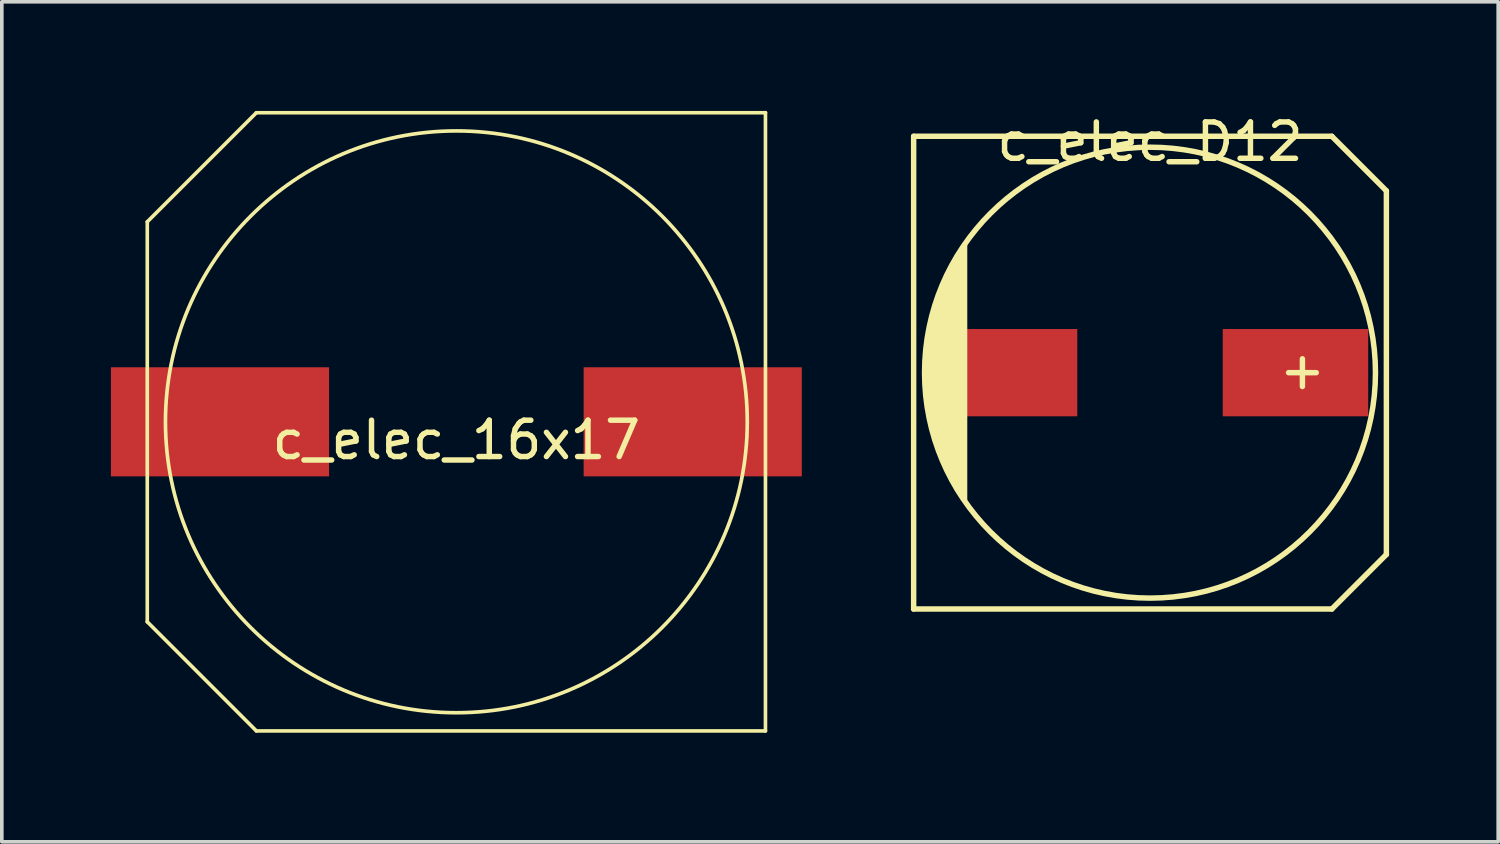
<source format=kicad_pcb>
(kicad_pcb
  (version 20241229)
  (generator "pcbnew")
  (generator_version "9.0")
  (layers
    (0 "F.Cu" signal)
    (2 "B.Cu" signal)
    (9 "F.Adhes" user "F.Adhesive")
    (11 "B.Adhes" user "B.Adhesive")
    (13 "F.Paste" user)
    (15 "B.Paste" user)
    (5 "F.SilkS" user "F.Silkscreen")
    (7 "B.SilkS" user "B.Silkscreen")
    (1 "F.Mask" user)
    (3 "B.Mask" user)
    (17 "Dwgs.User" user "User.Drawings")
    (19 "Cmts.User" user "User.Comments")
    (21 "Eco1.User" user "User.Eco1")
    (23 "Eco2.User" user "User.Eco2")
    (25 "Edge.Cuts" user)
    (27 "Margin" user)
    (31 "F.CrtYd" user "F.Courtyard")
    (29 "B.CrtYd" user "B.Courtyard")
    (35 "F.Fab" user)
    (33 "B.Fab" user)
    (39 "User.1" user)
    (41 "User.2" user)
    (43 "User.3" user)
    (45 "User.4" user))
  (footprint "c_elec_16x17"
    (layer "F.Cu")
    (at 9.5 8.55)
    (property "Reference" "c_elec_16x17" (at 0 0.5 0) (layer "F.SilkS") (effects (font (size 1 1) (thickness 0.15))))
    (attr through_hole)
    (fp_line (start -8.5 -5.5) (end -8.5 5.5) (stroke (width 0.1) (type solid)) (layer "F.SilkS"))
    (fp_line (start -8.5 -5.5) (end -5.5 -8.5) (stroke (width 0.1) (type solid)) (layer "F.SilkS"))
    (fp_line (start -8.5 5.5) (end -5.5 8.5) (stroke (width 0.1) (type solid)) (layer "F.SilkS"))
    (fp_line (start -5.5 -8.5) (end 8.5 -8.5) (stroke (width 0.1) (type solid)) (layer "F.SilkS"))
    (fp_line (start -5.5 8.5) (end 8.5 8.5) (stroke (width 0.1) (type solid)) (layer "F.SilkS"))
    (fp_line (start 8.5 -8.5) (end 8.5 8.5) (stroke (width 0.1) (type solid)) (layer "F.SilkS"))
    (fp_circle (center 0 0) (end 8 0) (stroke (width 0.1) (type solid)) (fill no) (layer "F.SilkS"))
    (pad "1" smd rect (at -6.5 0) (size 6 3) (layers "F.Cu" "F.Mask" "F.Paste"))
    (pad "2" smd rect (at 6.5 0) (size 6 3) (layers "F.Cu" "F.Mask" "F.Paste")))
  (footprint "c_elec_D12"
    (layer "F.Cu")
    (at 28.575 7.198)
    (property "Reference" "c_elec_D12" (at 0 -6.35 0) (layer "F.SilkS") (effects (font (size 1 1) (thickness 0.15))))
    (attr smd)
    (fp_line (start -6.5 6.5) (end -6.5 -6.5) (stroke (width 0.15) (type solid)) (layer "F.SilkS"))
    (fp_line (start -6.1 -1) (end -6.1 1) (stroke (width 0.15) (type solid)) (layer "F.SilkS"))
    (fp_line (start -6 -1.5) (end -6 1.4) (stroke (width 0.15) (type solid)) (layer "F.SilkS"))
    (fp_line (start -5.9 1.8) (end -5.9 -1.8) (stroke (width 0.15) (type solid)) (layer "F.SilkS"))
    (fp_line (start -5.8 -2.1) (end -5.8 2.1) (stroke (width 0.15) (type solid)) (layer "F.SilkS"))
    (fp_line (start -5.7 2.4) (end -5.7 -2.3) (stroke (width 0.15) (type solid)) (layer "F.SilkS"))
    (fp_line (start -5.6 -2.6) (end -5.6 2.6) (stroke (width 0.15) (type solid)) (layer "F.SilkS"))
    (fp_line (start -5.5 -2.8) (end -5.5 2.8) (stroke (width 0.15) (type solid)) (layer "F.SilkS"))
    (fp_line (start -5.4 3) (end -5.4 -3) (stroke (width 0.15) (type solid)) (layer "F.SilkS"))
    (fp_line (start -5.3 -3.2) (end -5.3 3.2) (stroke (width 0.15) (type solid)) (layer "F.SilkS"))
    (fp_line (start -5.2 3.3) (end -5.2 -3.3) (stroke (width 0.15) (type solid)) (layer "F.SilkS"))
    (fp_line (start -5.1 -3.5) (end -5.1 3.5) (stroke (width 0.15) (type solid)) (layer "F.SilkS"))
    (fp_line (start 4.191 -0.381) (end 4.191 0.381) (stroke (width 0.15) (type solid)) (layer "F.SilkS"))
    (fp_line (start 4.572 0) (end 3.81 0) (stroke (width 0.15) (type solid)) (layer "F.SilkS"))
    (fp_line (start 5 -6.5) (end -6.5 -6.5) (stroke (width 0.15) (type solid)) (layer "F.SilkS"))
    (fp_line (start 5 -6.5) (end 6.5 -5) (stroke (width 0.15) (type solid)) (layer "F.SilkS"))
    (fp_line (start 5 6.5) (end -6.5 6.5) (stroke (width 0.15) (type solid)) (layer "F.SilkS"))
    (fp_line (start 5 6.5) (end 6.5 5) (stroke (width 0.15) (type solid)) (layer "F.SilkS"))
    (fp_line (start 6.5 5) (end 6.5 -5) (stroke (width 0.15) (type solid)) (layer "F.SilkS"))
    (fp_circle (center 0 0) (end 6.2 0) (stroke (width 0.15) (type solid)) (fill no) (layer "F.SilkS"))
    (pad "1" smd rect (at 4 0) (size 4 2.4) (layers "F.Cu" "F.Mask" "F.Paste"))
    (pad "2" smd rect (at -4 0) (size 4 2.4) (layers "F.Cu" "F.Mask" "F.Paste")))
  (gr_rect
    (start -3 -3)
    (end 38.15 20.1)
    (stroke (width 0.1) (type default))
    (fill no)
    (layer "Edge.Cuts")))
</source>
